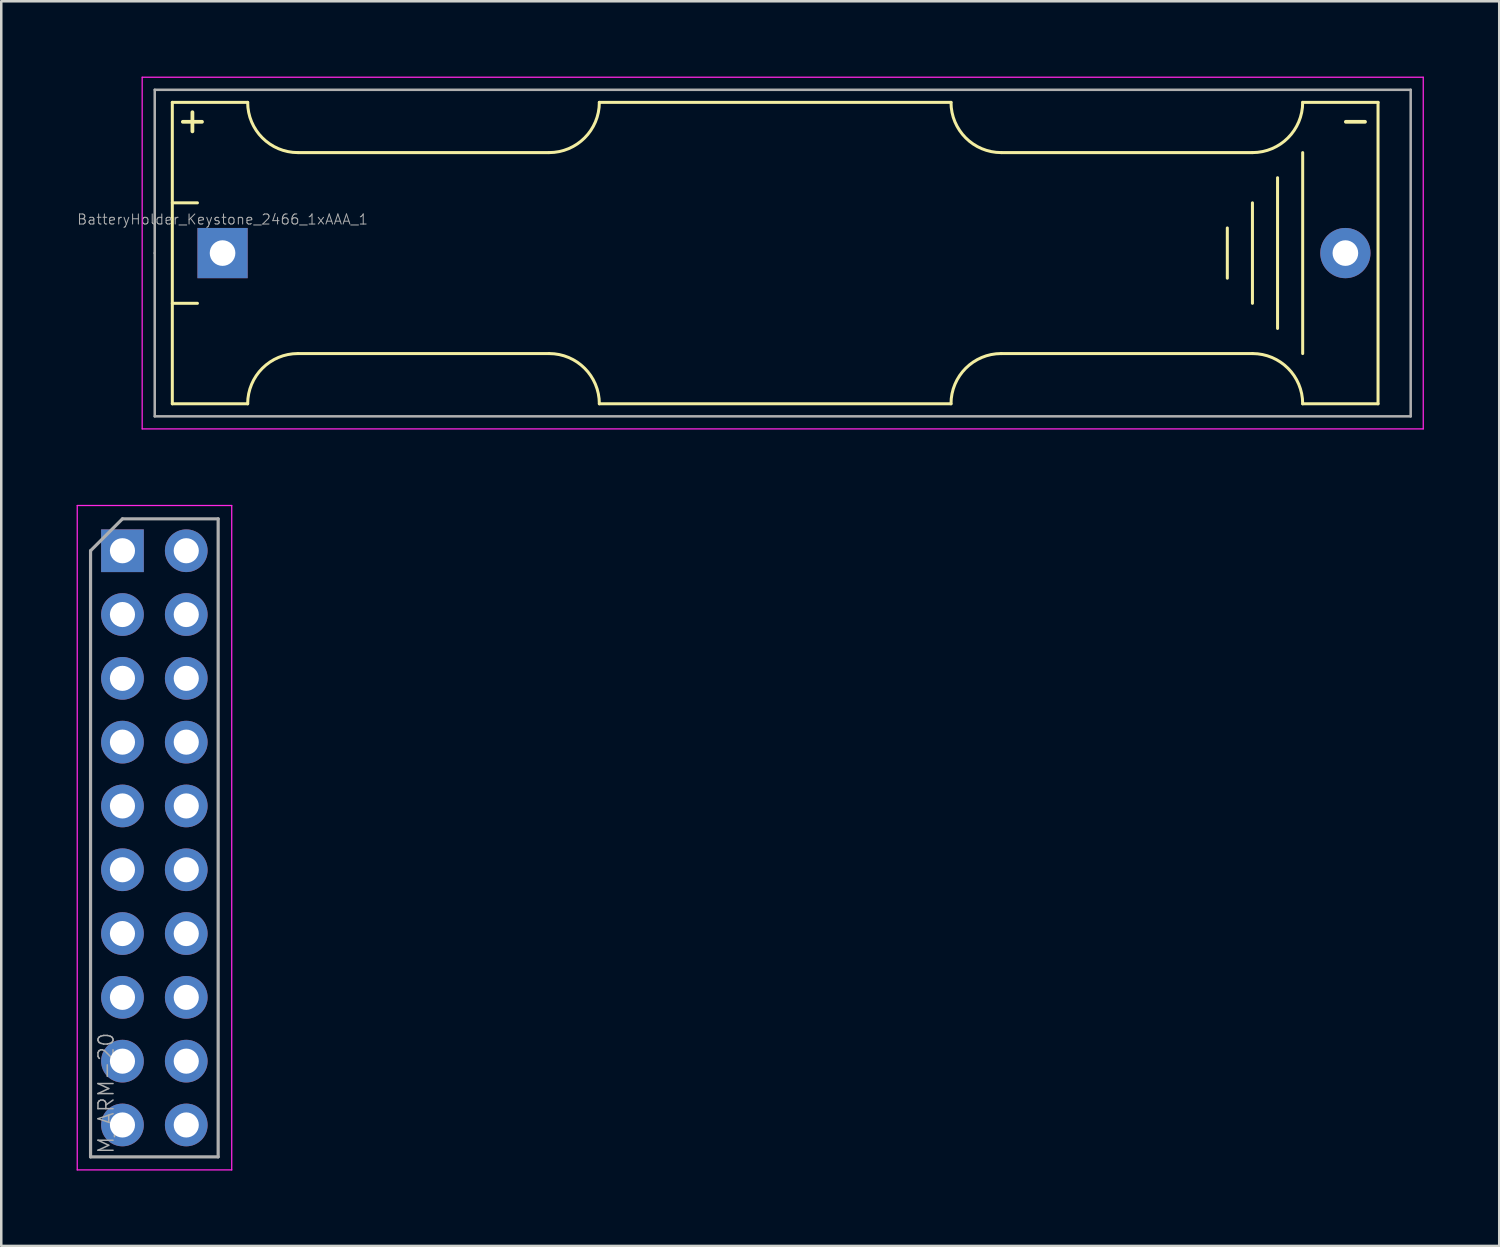
<source format=kicad_pcb>
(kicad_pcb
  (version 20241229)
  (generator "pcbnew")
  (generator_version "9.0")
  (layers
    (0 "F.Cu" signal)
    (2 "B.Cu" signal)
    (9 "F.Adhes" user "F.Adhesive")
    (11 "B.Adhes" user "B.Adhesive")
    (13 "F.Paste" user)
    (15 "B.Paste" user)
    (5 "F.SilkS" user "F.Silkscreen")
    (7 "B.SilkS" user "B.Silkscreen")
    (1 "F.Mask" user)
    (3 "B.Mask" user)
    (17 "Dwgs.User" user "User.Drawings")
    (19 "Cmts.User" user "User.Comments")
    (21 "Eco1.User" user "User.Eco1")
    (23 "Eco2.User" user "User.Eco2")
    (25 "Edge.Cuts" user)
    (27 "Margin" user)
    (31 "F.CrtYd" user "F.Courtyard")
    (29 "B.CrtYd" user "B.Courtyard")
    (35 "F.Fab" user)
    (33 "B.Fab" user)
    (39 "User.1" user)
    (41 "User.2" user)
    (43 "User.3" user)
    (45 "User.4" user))
  (footprint "BatteryHolder_Keystone_2466_1xAAA_1"
    (layer "F.Cu")
    (at 5.81 7.025)
    (property "Reference" "BatteryHolder_Keystone_2466_1xAAA_1" (at 0 -1.34 180) (layer "F.Fab") (effects (font (size 0.4 0.4) (thickness 0.04))))
    (attr through_hole)
    (fp_line (start -2 -6) (end -2 6) (stroke (width 0.12) (type solid)) (layer "F.SilkS"))
    (fp_line (start -2 -6) (end 1 -6) (stroke (width 0.12) (type solid)) (layer "F.SilkS"))
    (fp_line (start -2 -2) (end -1 -2) (stroke (width 0.12) (type solid)) (layer "F.SilkS"))
    (fp_line (start -2 6) (end 1 6) (stroke (width 0.12) (type solid)) (layer "F.SilkS"))
    (fp_line (start -1 2) (end -2 2) (stroke (width 0.12) (type solid)) (layer "F.SilkS"))
    (fp_line (start 3 -4) (end 13 -4) (stroke (width 0.12) (type solid)) (layer "F.SilkS"))
    (fp_line (start 3 4) (end 13 4) (stroke (width 0.12) (type solid)) (layer "F.SilkS"))
    (fp_line (start 15 6) (end 29 6) (stroke (width 0.12) (type solid)) (layer "F.SilkS"))
    (fp_line (start 29 -6) (end 15 -6) (stroke (width 0.12) (type solid)) (layer "F.SilkS"))
    (fp_line (start 40 -1) (end 40 1) (stroke (width 0.12) (type solid)) (layer "F.SilkS"))
    (fp_line (start 41 -4) (end 31 -4) (stroke (width 0.12) (type solid)) (layer "F.SilkS"))
    (fp_line (start 41 -2) (end 41 2) (stroke (width 0.12) (type solid)) (layer "F.SilkS"))
    (fp_line (start 41 4) (end 31 4) (stroke (width 0.12) (type solid)) (layer "F.SilkS"))
    (fp_line (start 42 3) (end 42 -3) (stroke (width 0.12) (type solid)) (layer "F.SilkS"))
    (fp_line (start 43 -4) (end 43 4) (stroke (width 0.12) (type solid)) (layer "F.SilkS"))
    (fp_line (start 46 -6) (end 43 -6) (stroke (width 0.12) (type solid)) (layer "F.SilkS"))
    (fp_line (start 46 -6) (end 46 6) (stroke (width 0.12) (type solid)) (layer "F.SilkS"))
    (fp_line (start 46 6) (end 43 6) (stroke (width 0.12) (type solid)) (layer "F.SilkS"))
    (fp_arc (start 1 6) (mid 1.585786 4.585786) (end 3 4) (stroke (width 0.12) (type solid)) (layer "F.SilkS"))
    (fp_arc (start 3 -4) (mid 1.585786 -4.585786) (end 1 -6) (stroke (width 0.12) (type solid)) (layer "F.SilkS"))
    (fp_arc (start 13 4) (mid 14.414214 4.585786) (end 15 6) (stroke (width 0.12) (type solid)) (layer "F.SilkS"))
    (fp_arc (start 15 -6) (mid 14.414214 -4.585786) (end 13 -4) (stroke (width 0.12) (type solid)) (layer "F.SilkS"))
    (fp_arc (start 29 6) (mid 29.585786 4.585786) (end 31 4) (stroke (width 0.12) (type solid)) (layer "F.SilkS"))
    (fp_arc (start 31 -4) (mid 29.585786 -4.585786) (end 29 -6) (stroke (width 0.12) (type solid)) (layer "F.SilkS"))
    (fp_arc (start 41 4) (mid 42.414214 4.585786) (end 43 6) (stroke (width 0.12) (type solid)) (layer "F.SilkS"))
    (fp_arc (start 43 -6) (mid 42.414214 -4.585786) (end 41 -4) (stroke (width 0.12) (type solid)) (layer "F.SilkS"))
    (fp_line (start -3.2 -7) (end -3.2 7) (stroke (width 0.05) (type solid)) (layer "F.CrtYd"))
    (fp_line (start -3.2 7) (end 47.8 7) (stroke (width 0.05) (type solid)) (layer "F.CrtYd"))
    (fp_line (start 47.8 -7) (end -3.2 -7) (stroke (width 0.05) (type solid)) (layer "F.CrtYd"))
    (fp_line (start 47.8 7) (end 47.8 -7) (stroke (width 0.05) (type solid)) (layer "F.CrtYd"))
    (fp_line (start -2.7 -6.5) (end 47.3 -6.5) (stroke (width 0.1) (type solid)) (layer "F.Fab"))
    (fp_line (start -2.7 0) (end -2.7 -6.5) (stroke (width 0.1) (type solid)) (layer "F.Fab"))
    (fp_line (start -2.7 6.5) (end -2.7 0) (stroke (width 0.1) (type solid)) (layer "F.Fab"))
    (fp_line (start 47.3 -6.5) (end 47.3 6.5) (stroke (width 0.1) (type solid)) (layer "F.Fab"))
    (fp_line (start 47.3 6.5) (end -2.7 6.5) (stroke (width 0.1) (type solid)) (layer "F.Fab"))
    (fp_text user "+" (at -1.2 -5.3 0) (layer "F.SilkS") (effects (font (size 1 1) (thickness 0.15))))
    (fp_text user "-" (at 45.1 -5.3 0) (layer "F.SilkS") (effects (font (size 1 1) (thickness 0.15))))
    (pad "1" thru_hole rect (at 0 0) (size 2 2) (drill 1.02) (layers "*.Cu" "*.Mask"))
    (pad "2" thru_hole circle (at 44.7 0) (size 2 2) (drill 1.02) (layers "*.Cu" "*.Mask")))
  (footprint "M_ARM-20"
    (layer "F.Cu")
    (at 1.825 18.875)
    (property "Reference" "M_ARM-20" (at -0.65 24.05 90) (unlocked yes) (layer "F.Fab") (effects (font (size 0.6 0.6) (thickness 0.06)) (justify left)))
    (attr through_hole)
    (fp_line (start -1.8 -1.8) (end -1.8 24.65) (stroke (width 0.05) (type solid)) (layer "F.CrtYd"))
    (fp_line (start -1.8 24.65) (end 4.35 24.65) (stroke (width 0.05) (type solid)) (layer "F.CrtYd"))
    (fp_line (start 4.35 -1.8) (end -1.8 -1.8) (stroke (width 0.05) (type solid)) (layer "F.CrtYd"))
    (fp_line (start 4.35 24.65) (end 4.35 -1.8) (stroke (width 0.05) (type solid)) (layer "F.CrtYd"))
    (fp_line (start -1.27 0) (end 0 -1.27) (stroke (width 0.127) (type solid)) (layer "F.Fab"))
    (fp_line (start -1.27 24.13) (end -1.27 0) (stroke (width 0.127) (type solid)) (layer "F.Fab"))
    (fp_line (start 0 -1.27) (end 3.81 -1.27) (stroke (width 0.127) (type solid)) (layer "F.Fab"))
    (fp_line (start 3.81 -1.27) (end 3.81 24.13) (stroke (width 0.127) (type solid)) (layer "F.Fab"))
    (fp_line (start 3.81 24.13) (end -1.27 24.13) (stroke (width 0.127) (type solid)) (layer "F.Fab"))
    (pad "1" thru_hole rect (at 0 0) (size 1.7 1.7) (drill 1) (layers "*.Cu" "*.Mask"))
    (pad "2" thru_hole oval (at 2.54 0) (size 1.7 1.7) (drill 1) (layers "*.Cu" "*.Mask"))
    (pad "3" thru_hole oval (at 0 2.54) (size 1.7 1.7) (drill 1) (layers "*.Cu" "*.Mask"))
    (pad "4" thru_hole oval (at 2.54 2.54) (size 1.7 1.7) (drill 1) (layers "*.Cu" "*.Mask"))
    (pad "5" thru_hole oval (at 0 5.08) (size 1.7 1.7) (drill 1) (layers "*.Cu" "*.Mask"))
    (pad "6" thru_hole oval (at 2.54 5.08) (size 1.7 1.7) (drill 1) (layers "*.Cu" "*.Mask"))
    (pad "7" thru_hole oval (at 0 7.62) (size 1.7 1.7) (drill 1) (layers "*.Cu" "*.Mask"))
    (pad "8" thru_hole oval (at 2.54 7.62) (size 1.7 1.7) (drill 1) (layers "*.Cu" "*.Mask"))
    (pad "9" thru_hole oval (at 0 10.16) (size 1.7 1.7) (drill 1) (layers "*.Cu" "*.Mask"))
    (pad "10" thru_hole oval (at 2.54 10.16) (size 1.7 1.7) (drill 1) (layers "*.Cu" "*.Mask"))
    (pad "11" thru_hole oval (at 0 12.7) (size 1.7 1.7) (drill 1) (layers "*.Cu" "*.Mask"))
    (pad "12" thru_hole oval (at 2.54 12.7) (size 1.7 1.7) (drill 1) (layers "*.Cu" "*.Mask"))
    (pad "13" thru_hole oval (at 0 15.24) (size 1.7 1.7) (drill 1) (layers "*.Cu" "*.Mask"))
    (pad "14" thru_hole oval (at 2.54 15.24) (size 1.7 1.7) (drill 1) (layers "*.Cu" "*.Mask"))
    (pad "15" thru_hole oval (at 0 17.78) (size 1.7 1.7) (drill 1) (layers "*.Cu" "*.Mask"))
    (pad "16" thru_hole oval (at 2.54 17.78) (size 1.7 1.7) (drill 1) (layers "*.Cu" "*.Mask"))
    (pad "17" thru_hole oval (at 0 20.32) (size 1.7 1.7) (drill 1) (layers "*.Cu" "*.Mask"))
    (pad "18" thru_hole oval (at 2.54 20.32) (size 1.7 1.7) (drill 1) (layers "*.Cu" "*.Mask"))
    (pad "19" thru_hole oval (at 0 22.86) (size 1.7 1.7) (drill 1) (layers "*.Cu" "*.Mask"))
    (pad "20" thru_hole oval (at 2.54 22.86) (size 1.7 1.7) (drill 1) (layers "*.Cu" "*.Mask")))
  (gr_rect
    (start -3 -3)
    (end 56.635 46.55)
    (stroke (width 0.1) (type default))
    (fill no)
    (layer "Edge.Cuts")))
</source>
